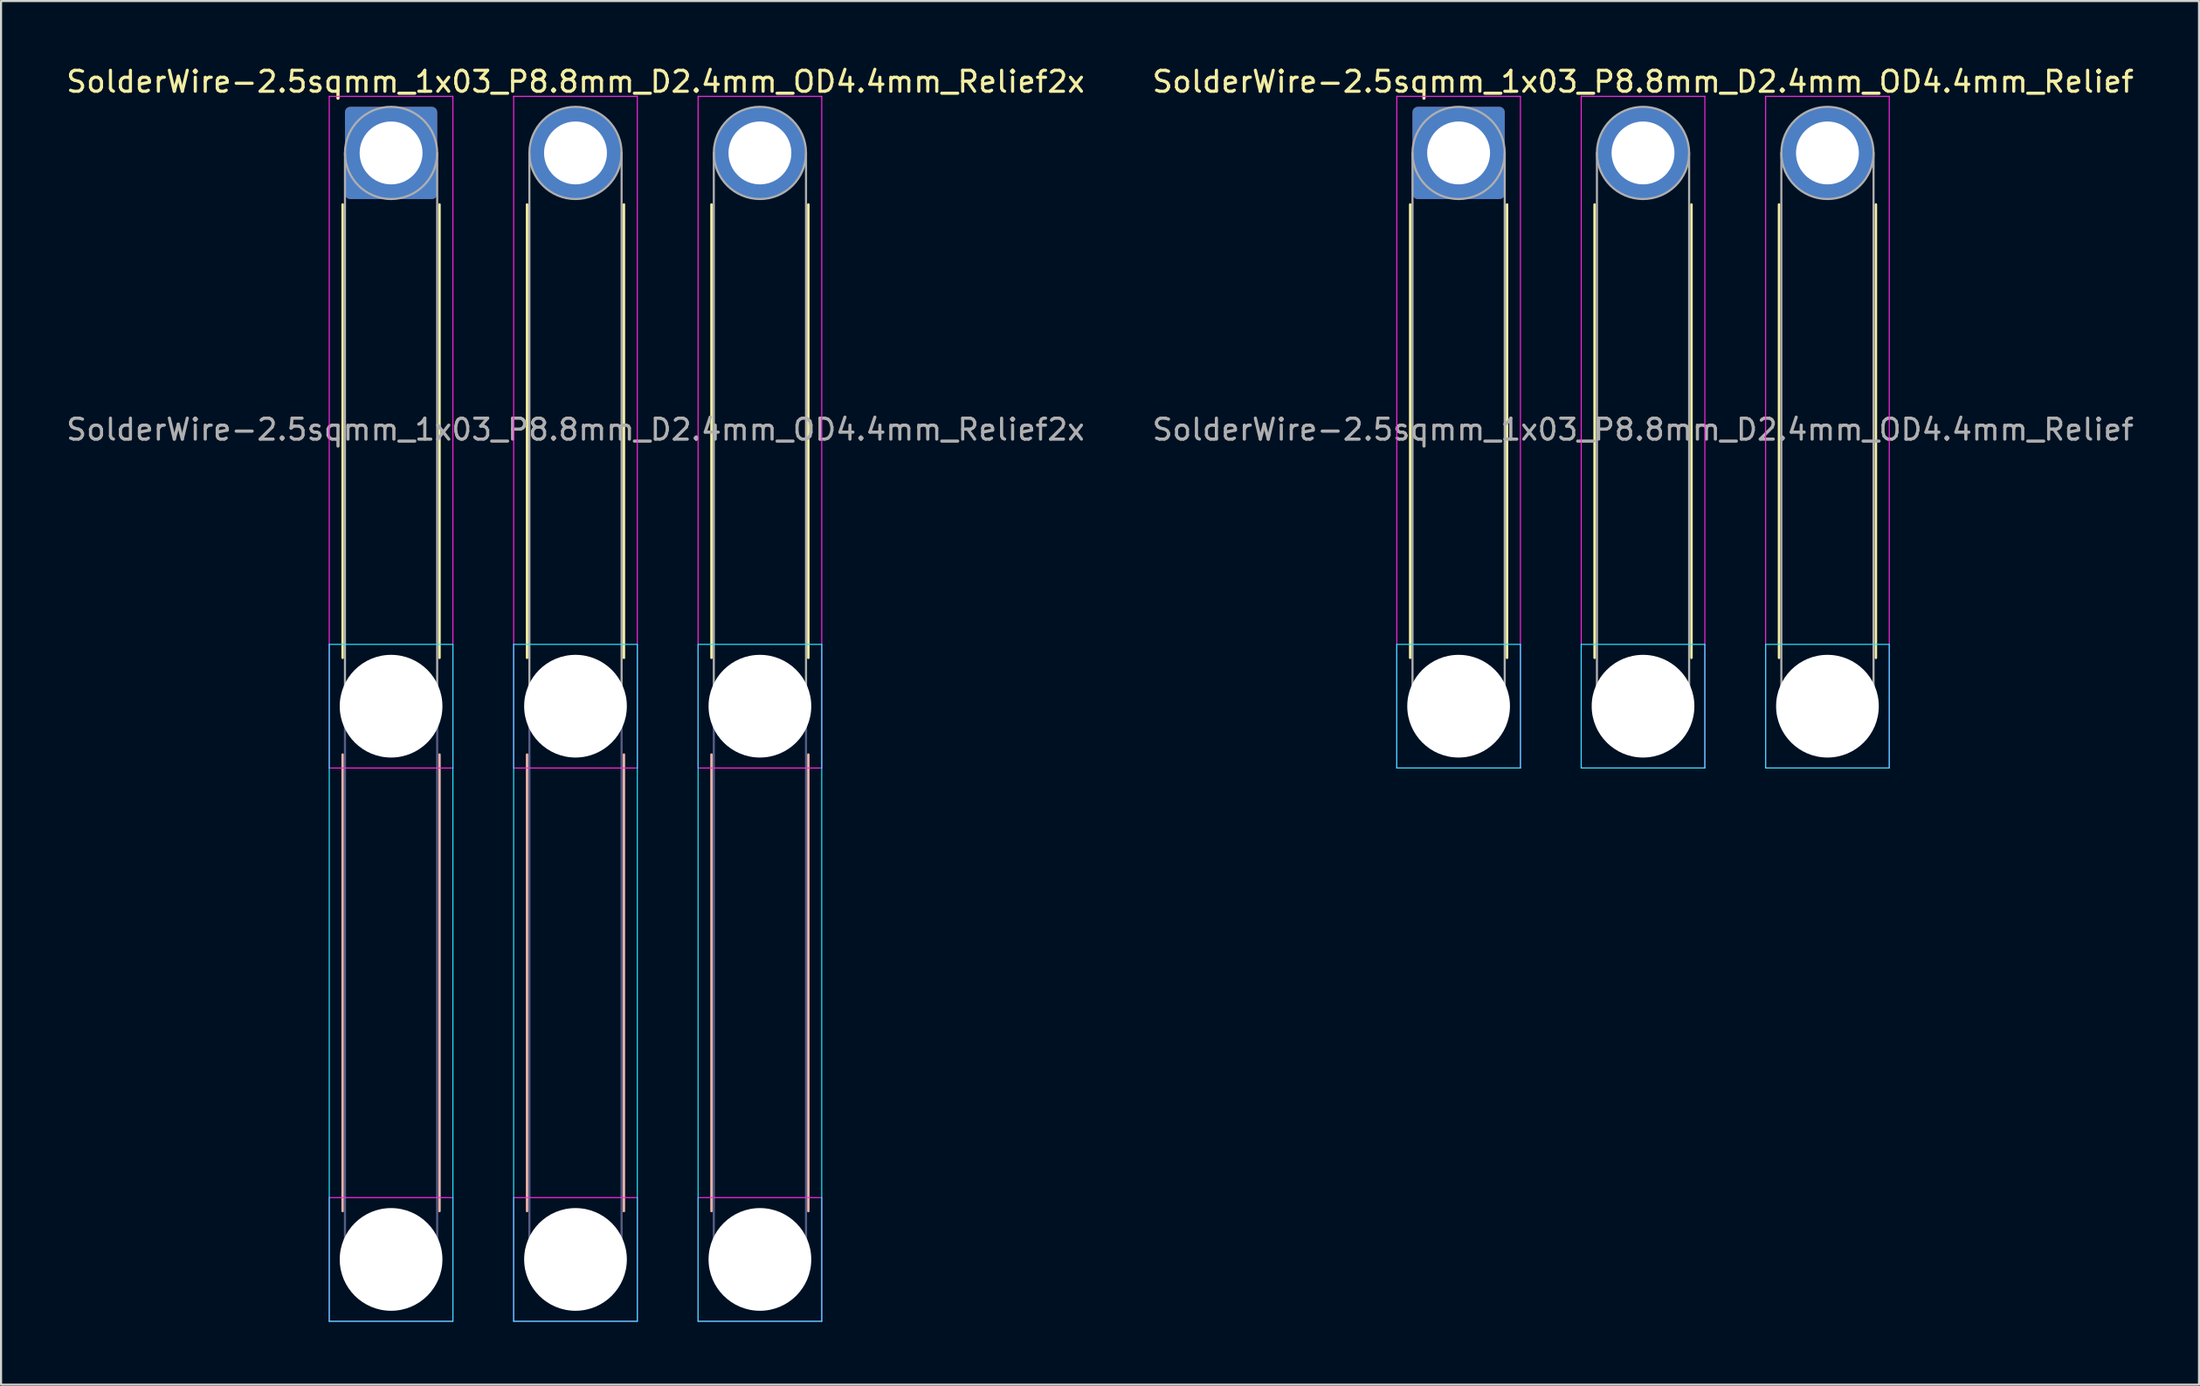
<source format=kicad_pcb>
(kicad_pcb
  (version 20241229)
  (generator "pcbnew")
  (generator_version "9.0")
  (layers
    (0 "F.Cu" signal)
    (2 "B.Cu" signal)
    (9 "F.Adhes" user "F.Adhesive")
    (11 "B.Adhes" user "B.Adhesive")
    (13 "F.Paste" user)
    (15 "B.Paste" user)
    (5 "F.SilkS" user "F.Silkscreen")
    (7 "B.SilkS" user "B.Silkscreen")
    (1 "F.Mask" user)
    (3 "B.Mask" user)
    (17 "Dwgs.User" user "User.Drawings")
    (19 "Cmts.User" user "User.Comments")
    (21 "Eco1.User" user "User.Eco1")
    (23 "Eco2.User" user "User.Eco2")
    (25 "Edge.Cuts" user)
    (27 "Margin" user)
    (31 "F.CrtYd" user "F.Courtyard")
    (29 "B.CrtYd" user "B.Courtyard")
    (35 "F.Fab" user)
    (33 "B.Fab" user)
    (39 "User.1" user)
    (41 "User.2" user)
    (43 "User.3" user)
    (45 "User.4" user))
  (footprint "SolderWire-2.5sqmm_1x03_P8.8mm_D2.4mm_OD4.4mm_Relief"
    (layer "F.Cu")
    (at 66.551 4.248)
    (property "Reference" "SolderWire-2.5sqmm_1x03_P8.8mm_D2.4mm_OD4.4mm_Relief" (at 8.8 -3.4 0) (layer "F.SilkS") (effects (font (size 1 1) (thickness 0.15))))
    (attr exclude_from_pos_files exclude_from_bom)
    (fp_line (start -2.31 2.46) (end -2.31 24.09) (stroke (width 0.12) (type solid)) (layer "F.SilkS"))
    (fp_line (start 2.31 2.46) (end 2.31 24.09) (stroke (width 0.12) (type solid)) (layer "F.SilkS"))
    (fp_line (start 6.49 2.46) (end 6.49 24.09) (stroke (width 0.12) (type solid)) (layer "F.SilkS"))
    (fp_line (start 11.11 2.46) (end 11.11 24.09) (stroke (width 0.12) (type solid)) (layer "F.SilkS"))
    (fp_line (start 15.29 2.46) (end 15.29 24.09) (stroke (width 0.12) (type solid)) (layer "F.SilkS"))
    (fp_line (start 19.91 2.46) (end 19.91 24.09) (stroke (width 0.12) (type solid)) (layer "F.SilkS"))
    (fp_line (start -2.95 23.45) (end -2.95 29.35) (stroke (width 0.05) (type solid)) (layer "B.CrtYd"))
    (fp_line (start -2.95 29.35) (end 2.95 29.35) (stroke (width 0.05) (type solid)) (layer "B.CrtYd"))
    (fp_line (start 2.95 23.45) (end -2.95 23.45) (stroke (width 0.05) (type solid)) (layer "B.CrtYd"))
    (fp_line (start 2.95 29.35) (end 2.95 23.45) (stroke (width 0.05) (type solid)) (layer "B.CrtYd"))
    (fp_line (start 5.85 23.45) (end 5.85 29.35) (stroke (width 0.05) (type solid)) (layer "B.CrtYd"))
    (fp_line (start 5.85 29.35) (end 11.75 29.35) (stroke (width 0.05) (type solid)) (layer "B.CrtYd"))
    (fp_line (start 11.75 23.45) (end 5.85 23.45) (stroke (width 0.05) (type solid)) (layer "B.CrtYd"))
    (fp_line (start 11.75 29.35) (end 11.75 23.45) (stroke (width 0.05) (type solid)) (layer "B.CrtYd"))
    (fp_line (start 14.65 23.45) (end 14.65 29.35) (stroke (width 0.05) (type solid)) (layer "B.CrtYd"))
    (fp_line (start 14.65 29.35) (end 20.55 29.35) (stroke (width 0.05) (type solid)) (layer "B.CrtYd"))
    (fp_line (start 20.55 23.45) (end 14.65 23.45) (stroke (width 0.05) (type solid)) (layer "B.CrtYd"))
    (fp_line (start 20.55 29.35) (end 20.55 23.45) (stroke (width 0.05) (type solid)) (layer "B.CrtYd"))
    (fp_line (start -2.95 -2.7) (end -2.95 29.35) (stroke (width 0.05) (type solid)) (layer "F.CrtYd"))
    (fp_line (start -2.95 29.35) (end 2.95 29.35) (stroke (width 0.05) (type solid)) (layer "F.CrtYd"))
    (fp_line (start 2.95 -2.7) (end -2.95 -2.7) (stroke (width 0.05) (type solid)) (layer "F.CrtYd"))
    (fp_line (start 2.95 29.35) (end 2.95 -2.7) (stroke (width 0.05) (type solid)) (layer "F.CrtYd"))
    (fp_line (start 5.85 -2.7) (end 5.85 29.35) (stroke (width 0.05) (type solid)) (layer "F.CrtYd"))
    (fp_line (start 5.85 29.35) (end 11.75 29.35) (stroke (width 0.05) (type solid)) (layer "F.CrtYd"))
    (fp_line (start 11.75 -2.7) (end 5.85 -2.7) (stroke (width 0.05) (type solid)) (layer "F.CrtYd"))
    (fp_line (start 11.75 29.35) (end 11.75 -2.7) (stroke (width 0.05) (type solid)) (layer "F.CrtYd"))
    (fp_line (start 14.65 -2.7) (end 14.65 29.35) (stroke (width 0.05) (type solid)) (layer "F.CrtYd"))
    (fp_line (start 14.65 29.35) (end 20.55 29.35) (stroke (width 0.05) (type solid)) (layer "F.CrtYd"))
    (fp_line (start 20.55 -2.7) (end 14.65 -2.7) (stroke (width 0.05) (type solid)) (layer "F.CrtYd"))
    (fp_line (start 20.55 29.35) (end 20.55 -2.7) (stroke (width 0.05) (type solid)) (layer "F.CrtYd"))
    (fp_line (start -2.2 0) (end -2.2 26.4) (stroke (width 0.1) (type solid)) (layer "F.Fab"))
    (fp_line (start 2.2 0) (end 2.2 26.4) (stroke (width 0.1) (type solid)) (layer "F.Fab"))
    (fp_line (start 6.6 0) (end 6.6 26.4) (stroke (width 0.1) (type solid)) (layer "F.Fab"))
    (fp_line (start 11 0) (end 11 26.4) (stroke (width 0.1) (type solid)) (layer "F.Fab"))
    (fp_line (start 15.4 0) (end 15.4 26.4) (stroke (width 0.1) (type solid)) (layer "F.Fab"))
    (fp_line (start 19.8 0) (end 19.8 26.4) (stroke (width 0.1) (type solid)) (layer "F.Fab"))
    (fp_circle (center 0 0) (end 2.2 0) (stroke (width 0.1) (type solid)) (fill no) (layer "F.Fab"))
    (fp_circle (center 0 26.4) (end 2.2 26.4) (stroke (width 0.1) (type solid)) (fill no) (layer "F.Fab"))
    (fp_circle (center 8.8 0) (end 11 0) (stroke (width 0.1) (type solid)) (fill no) (layer "F.Fab"))
    (fp_circle (center 8.8 26.4) (end 11 26.4) (stroke (width 0.1) (type solid)) (fill no) (layer "F.Fab"))
    (fp_circle (center 17.6 0) (end 19.8 0) (stroke (width 0.1) (type solid)) (fill no) (layer "F.Fab"))
    (fp_circle (center 17.6 26.4) (end 19.8 26.4) (stroke (width 0.1) (type solid)) (fill no) (layer "F.Fab"))
    (fp_text user "${REFERENCE}" (at 8.8 13.2 0) (layer "F.Fab") (effects (font (size 1 1) (thickness 0.15))))
    (pad "" np_thru_hole circle (at 0 26.4) (size 4.9 4.9) (drill 4.9) (layers "*.Cu" "*.Mask"))
    (pad "" np_thru_hole circle (at 8.8 26.4) (size 4.9 4.9) (drill 4.9) (layers "*.Cu" "*.Mask"))
    (pad "" np_thru_hole circle (at 17.6 26.4) (size 4.9 4.9) (drill 4.9) (layers "*.Cu" "*.Mask"))
    (pad "1" thru_hole roundrect (at 0 0) (size 4.4 4.4) (drill 3) (layers "*.Cu" "*.Mask") (roundrect_rratio 0.057))
    (pad "2" thru_hole circle (at 8.8 0) (size 4.4 4.4) (drill 3) (layers "*.Cu" "*.Mask"))
    (pad "3" thru_hole circle (at 17.6 0) (size 4.4 4.4) (drill 3) (layers "*.Cu" "*.Mask")))
  (footprint "SolderWire-2.5sqmm_1x03_P8.8mm_D2.4mm_OD4.4mm_Relief2x"
    (layer "F.Cu")
    (at 15.611 4.248)
    (property "Reference" "SolderWire-2.5sqmm_1x03_P8.8mm_D2.4mm_OD4.4mm_Relief2x" (at 8.8 -3.4 0) (layer "F.SilkS") (effects (font (size 1 1) (thickness 0.15))))
    (attr exclude_from_pos_files exclude_from_bom)
    (fp_line (start -2.31 2.46) (end -2.31 24.09) (stroke (width 0.12) (type solid)) (layer "F.SilkS"))
    (fp_line (start 2.31 2.46) (end 2.31 24.09) (stroke (width 0.12) (type solid)) (layer "F.SilkS"))
    (fp_line (start 6.49 2.46) (end 6.49 24.09) (stroke (width 0.12) (type solid)) (layer "F.SilkS"))
    (fp_line (start 11.11 2.46) (end 11.11 24.09) (stroke (width 0.12) (type solid)) (layer "F.SilkS"))
    (fp_line (start 15.29 2.46) (end 15.29 24.09) (stroke (width 0.12) (type solid)) (layer "F.SilkS"))
    (fp_line (start 19.91 2.46) (end 19.91 24.09) (stroke (width 0.12) (type solid)) (layer "F.SilkS"))
    (fp_line (start -2.31 28.71) (end -2.31 50.49) (stroke (width 0.12) (type solid)) (layer "B.SilkS"))
    (fp_line (start 2.31 28.71) (end 2.31 50.49) (stroke (width 0.12) (type solid)) (layer "B.SilkS"))
    (fp_line (start 6.49 28.71) (end 6.49 50.49) (stroke (width 0.12) (type solid)) (layer "B.SilkS"))
    (fp_line (start 11.11 28.71) (end 11.11 50.49) (stroke (width 0.12) (type solid)) (layer "B.SilkS"))
    (fp_line (start 15.29 28.71) (end 15.29 50.49) (stroke (width 0.12) (type solid)) (layer "B.SilkS"))
    (fp_line (start 19.91 28.71) (end 19.91 50.49) (stroke (width 0.12) (type solid)) (layer "B.SilkS"))
    (fp_line (start -2.95 23.45) (end -2.95 55.75) (stroke (width 0.05) (type solid)) (layer "B.CrtYd"))
    (fp_line (start -2.95 55.75) (end 2.95 55.75) (stroke (width 0.05) (type solid)) (layer "B.CrtYd"))
    (fp_line (start 2.95 23.45) (end -2.95 23.45) (stroke (width 0.05) (type solid)) (layer "B.CrtYd"))
    (fp_line (start 2.95 55.75) (end 2.95 23.45) (stroke (width 0.05) (type solid)) (layer "B.CrtYd"))
    (fp_line (start 5.85 23.45) (end 5.85 55.75) (stroke (width 0.05) (type solid)) (layer "B.CrtYd"))
    (fp_line (start 5.85 55.75) (end 11.75 55.75) (stroke (width 0.05) (type solid)) (layer "B.CrtYd"))
    (fp_line (start 11.75 23.45) (end 5.85 23.45) (stroke (width 0.05) (type solid)) (layer "B.CrtYd"))
    (fp_line (start 11.75 55.75) (end 11.75 23.45) (stroke (width 0.05) (type solid)) (layer "B.CrtYd"))
    (fp_line (start 14.65 23.45) (end 14.65 55.75) (stroke (width 0.05) (type solid)) (layer "B.CrtYd"))
    (fp_line (start 14.65 55.75) (end 20.55 55.75) (stroke (width 0.05) (type solid)) (layer "B.CrtYd"))
    (fp_line (start 20.55 23.45) (end 14.65 23.45) (stroke (width 0.05) (type solid)) (layer "B.CrtYd"))
    (fp_line (start 20.55 55.75) (end 20.55 23.45) (stroke (width 0.05) (type solid)) (layer "B.CrtYd"))
    (fp_line (start -2.95 -2.7) (end -2.95 29.35) (stroke (width 0.05) (type solid)) (layer "F.CrtYd"))
    (fp_line (start -2.95 29.35) (end 2.95 29.35) (stroke (width 0.05) (type solid)) (layer "F.CrtYd"))
    (fp_line (start -2.95 49.85) (end -2.95 55.75) (stroke (width 0.05) (type solid)) (layer "F.CrtYd"))
    (fp_line (start -2.95 55.75) (end 2.95 55.75) (stroke (width 0.05) (type solid)) (layer "F.CrtYd"))
    (fp_line (start 2.95 -2.7) (end -2.95 -2.7) (stroke (width 0.05) (type solid)) (layer "F.CrtYd"))
    (fp_line (start 2.95 29.35) (end 2.95 -2.7) (stroke (width 0.05) (type solid)) (layer "F.CrtYd"))
    (fp_line (start 2.95 49.85) (end -2.95 49.85) (stroke (width 0.05) (type solid)) (layer "F.CrtYd"))
    (fp_line (start 2.95 55.75) (end 2.95 49.85) (stroke (width 0.05) (type solid)) (layer "F.CrtYd"))
    (fp_line (start 5.85 -2.7) (end 5.85 29.35) (stroke (width 0.05) (type solid)) (layer "F.CrtYd"))
    (fp_line (start 5.85 29.35) (end 11.75 29.35) (stroke (width 0.05) (type solid)) (layer "F.CrtYd"))
    (fp_line (start 5.85 49.85) (end 5.85 55.75) (stroke (width 0.05) (type solid)) (layer "F.CrtYd"))
    (fp_line (start 5.85 55.75) (end 11.75 55.75) (stroke (width 0.05) (type solid)) (layer "F.CrtYd"))
    (fp_line (start 11.75 -2.7) (end 5.85 -2.7) (stroke (width 0.05) (type solid)) (layer "F.CrtYd"))
    (fp_line (start 11.75 29.35) (end 11.75 -2.7) (stroke (width 0.05) (type solid)) (layer "F.CrtYd"))
    (fp_line (start 11.75 49.85) (end 5.85 49.85) (stroke (width 0.05) (type solid)) (layer "F.CrtYd"))
    (fp_line (start 11.75 55.75) (end 11.75 49.85) (stroke (width 0.05) (type solid)) (layer "F.CrtYd"))
    (fp_line (start 14.65 -2.7) (end 14.65 29.35) (stroke (width 0.05) (type solid)) (layer "F.CrtYd"))
    (fp_line (start 14.65 29.35) (end 20.55 29.35) (stroke (width 0.05) (type solid)) (layer "F.CrtYd"))
    (fp_line (start 14.65 49.85) (end 14.65 55.75) (stroke (width 0.05) (type solid)) (layer "F.CrtYd"))
    (fp_line (start 14.65 55.75) (end 20.55 55.75) (stroke (width 0.05) (type solid)) (layer "F.CrtYd"))
    (fp_line (start 20.55 -2.7) (end 14.65 -2.7) (stroke (width 0.05) (type solid)) (layer "F.CrtYd"))
    (fp_line (start 20.55 29.35) (end 20.55 -2.7) (stroke (width 0.05) (type solid)) (layer "F.CrtYd"))
    (fp_line (start 20.55 49.85) (end 14.65 49.85) (stroke (width 0.05) (type solid)) (layer "F.CrtYd"))
    (fp_line (start 20.55 55.75) (end 20.55 49.85) (stroke (width 0.05) (type solid)) (layer "F.CrtYd"))
    (fp_line (start -2.2 26.4) (end -2.2 52.8) (stroke (width 0.1) (type solid)) (layer "B.Fab"))
    (fp_line (start 2.2 26.4) (end 2.2 52.8) (stroke (width 0.1) (type solid)) (layer "B.Fab"))
    (fp_line (start 6.6 26.4) (end 6.6 52.8) (stroke (width 0.1) (type solid)) (layer "B.Fab"))
    (fp_line (start 11 26.4) (end 11 52.8) (stroke (width 0.1) (type solid)) (layer "B.Fab"))
    (fp_line (start 15.4 26.4) (end 15.4 52.8) (stroke (width 0.1) (type solid)) (layer "B.Fab"))
    (fp_line (start 19.8 26.4) (end 19.8 52.8) (stroke (width 0.1) (type solid)) (layer "B.Fab"))
    (fp_circle (center 0 26.4) (end 2.2 26.4) (stroke (width 0.1) (type solid)) (fill no) (layer "B.Fab"))
    (fp_circle (center 0 52.8) (end 2.2 52.8) (stroke (width 0.1) (type solid)) (fill no) (layer "B.Fab"))
    (fp_circle (center 8.8 26.4) (end 11 26.4) (stroke (width 0.1) (type solid)) (fill no) (layer "B.Fab"))
    (fp_circle (center 8.8 52.8) (end 11 52.8) (stroke (width 0.1) (type solid)) (fill no) (layer "B.Fab"))
    (fp_circle (center 17.6 26.4) (end 19.8 26.4) (stroke (width 0.1) (type solid)) (fill no) (layer "B.Fab"))
    (fp_circle (center 17.6 52.8) (end 19.8 52.8) (stroke (width 0.1) (type solid)) (fill no) (layer "B.Fab"))
    (fp_line (start -2.2 0) (end -2.2 26.4) (stroke (width 0.1) (type solid)) (layer "F.Fab"))
    (fp_line (start 2.2 0) (end 2.2 26.4) (stroke (width 0.1) (type solid)) (layer "F.Fab"))
    (fp_line (start 6.6 0) (end 6.6 26.4) (stroke (width 0.1) (type solid)) (layer "F.Fab"))
    (fp_line (start 11 0) (end 11 26.4) (stroke (width 0.1) (type solid)) (layer "F.Fab"))
    (fp_line (start 15.4 0) (end 15.4 26.4) (stroke (width 0.1) (type solid)) (layer "F.Fab"))
    (fp_line (start 19.8 0) (end 19.8 26.4) (stroke (width 0.1) (type solid)) (layer "F.Fab"))
    (fp_circle (center 0 0) (end 2.2 0) (stroke (width 0.1) (type solid)) (fill no) (layer "F.Fab"))
    (fp_circle (center 0 26.4) (end 2.2 26.4) (stroke (width 0.1) (type solid)) (fill no) (layer "F.Fab"))
    (fp_circle (center 0 52.8) (end 2.2 52.8) (stroke (width 0.1) (type solid)) (fill no) (layer "F.Fab"))
    (fp_circle (center 8.8 0) (end 11 0) (stroke (width 0.1) (type solid)) (fill no) (layer "F.Fab"))
    (fp_circle (center 8.8 26.4) (end 11 26.4) (stroke (width 0.1) (type solid)) (fill no) (layer "F.Fab"))
    (fp_circle (center 8.8 52.8) (end 11 52.8) (stroke (width 0.1) (type solid)) (fill no) (layer "F.Fab"))
    (fp_circle (center 17.6 0) (end 19.8 0) (stroke (width 0.1) (type solid)) (fill no) (layer "F.Fab"))
    (fp_circle (center 17.6 26.4) (end 19.8 26.4) (stroke (width 0.1) (type solid)) (fill no) (layer "F.Fab"))
    (fp_circle (center 17.6 52.8) (end 19.8 52.8) (stroke (width 0.1) (type solid)) (fill no) (layer "F.Fab"))
    (fp_text user "${REFERENCE}" (at 8.8 13.2 0) (layer "F.Fab") (effects (font (size 1 1) (thickness 0.15))))
    (pad "" np_thru_hole circle (at 0 26.4) (size 4.9 4.9) (drill 4.9) (layers "*.Cu" "*.Mask"))
    (pad "" np_thru_hole circle (at 0 52.8) (size 4.9 4.9) (drill 4.9) (layers "*.Cu" "*.Mask"))
    (pad "" np_thru_hole circle (at 8.8 26.4) (size 4.9 4.9) (drill 4.9) (layers "*.Cu" "*.Mask"))
    (pad "" np_thru_hole circle (at 8.8 52.8) (size 4.9 4.9) (drill 4.9) (layers "*.Cu" "*.Mask"))
    (pad "" np_thru_hole circle (at 17.6 26.4) (size 4.9 4.9) (drill 4.9) (layers "*.Cu" "*.Mask"))
    (pad "" np_thru_hole circle (at 17.6 52.8) (size 4.9 4.9) (drill 4.9) (layers "*.Cu" "*.Mask"))
    (pad "1" thru_hole roundrect (at 0 0) (size 4.4 4.4) (drill 3) (layers "*.Cu" "*.Mask") (roundrect_rratio 0.057))
    (pad "2" thru_hole circle (at 8.8 0) (size 4.4 4.4) (drill 3) (layers "*.Cu" "*.Mask"))
    (pad "3" thru_hole circle (at 17.6 0) (size 4.4 4.4) (drill 3) (layers "*.Cu" "*.Mask")))
  (gr_rect
    (start -3 -3)
    (end 101.881 63.023)
    (stroke (width 0.1) (type default))
    (fill no)
    (layer "Edge.Cuts")))
</source>
